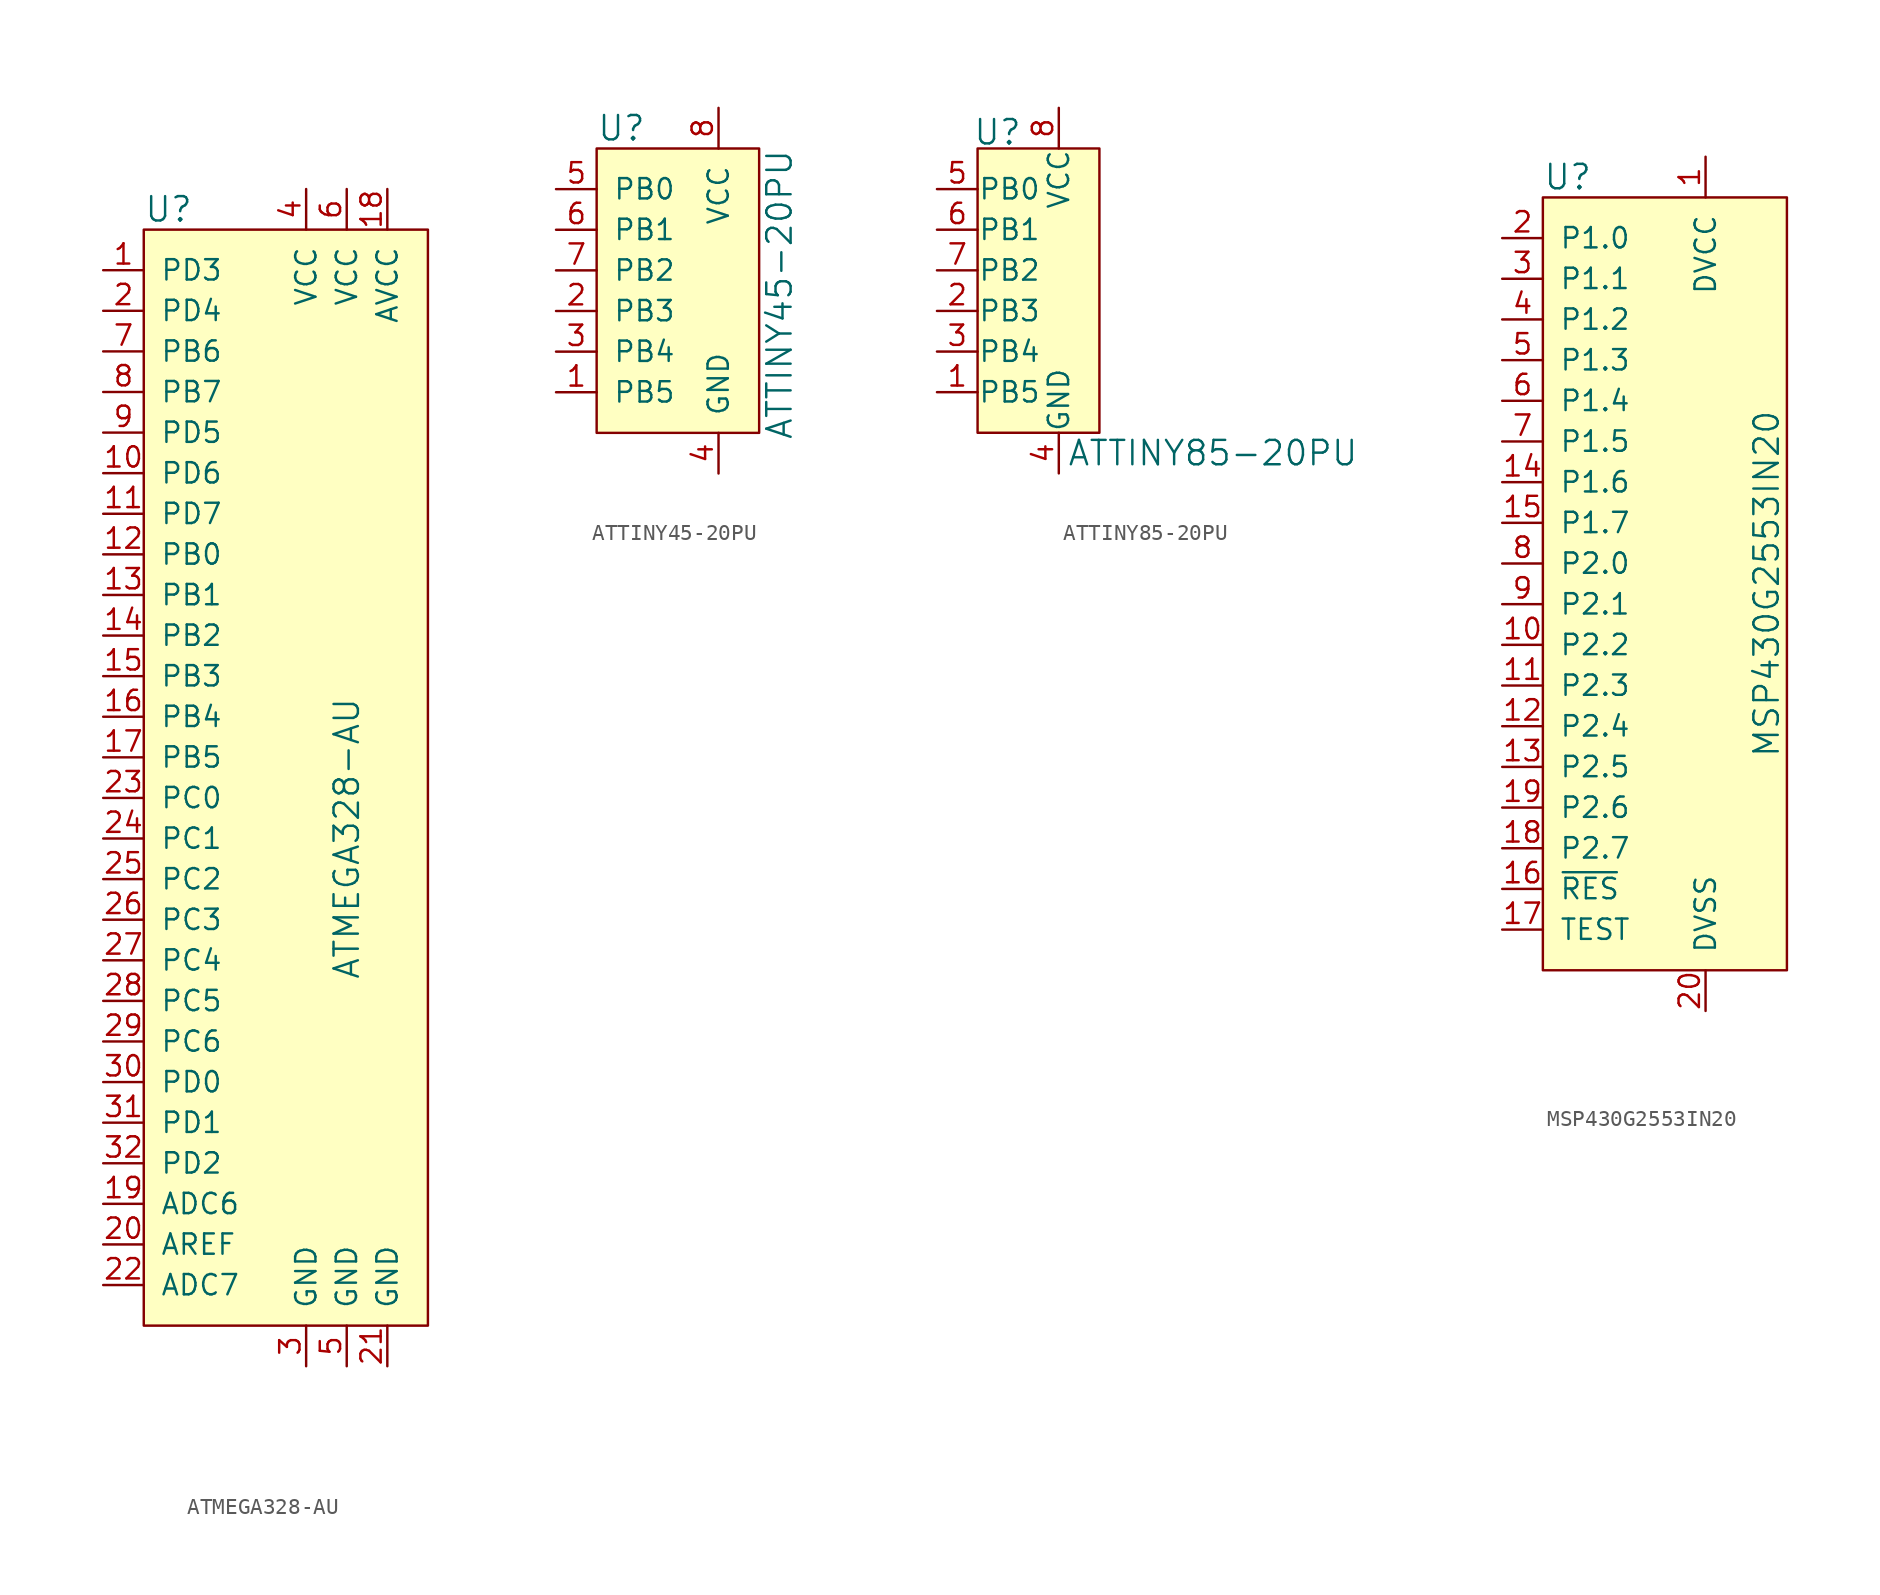
<source format=kicad_sym>
(kicad_symbol_lib
  (version 20220914)
  (generator kicad_symbol_editor)
  (symbol "ATMEGA328-AU"
    (pin_names
      (offset 1.016))
    (property "Reference" "U"
      (at -10.16 13.97 0)
      (effects (font (size 1.524 1.524)) (justify left)))
    (property "Value" "ATMEGA328-AU"
      (at 2.54 -25.4 90)
      (effects (font (size 1.524 1.524))))
    (symbol "ATMEGA328-AU_0_1"
      (rectangle (start -10.16 12.7) (end 7.62 -55.88) (stroke (width 0) (type solid)) (fill (type background))))
    (symbol "ATMEGA328-AU_1_1"
      (pin bidirectional line (at -12.7 10.16 0) (length 2.54) (name "PD3" (effects (font (size 1.27 1.27)))) (number "1" (effects (font (size 1.27 1.27)))))
      (pin bidirectional line (at -12.7 -2.54 0) (length 2.54) (name "PD6" (effects (font (size 1.27 1.27)))) (number "10" (effects (font (size 1.27 1.27)))))
      (pin bidirectional line (at -12.7 -5.08 0) (length 2.54) (name "PD7" (effects (font (size 1.27 1.27)))) (number "11" (effects (font (size 1.27 1.27)))))
      (pin bidirectional line (at -12.7 -7.62 0) (length 2.54) (name "PB0" (effects (font (size 1.27 1.27)))) (number "12" (effects (font (size 1.27 1.27)))))
      (pin bidirectional line (at -12.7 -10.16 0) (length 2.54) (name "PB1" (effects (font (size 1.27 1.27)))) (number "13" (effects (font (size 1.27 1.27)))))
      (pin bidirectional line (at -12.7 -12.7 0) (length 2.54) (name "PB2" (effects (font (size 1.27 1.27)))) (number "14" (effects (font (size 1.27 1.27)))))
      (pin bidirectional line (at -12.7 -15.24 0) (length 2.54) (name "PB3" (effects (font (size 1.27 1.27)))) (number "15" (effects (font (size 1.27 1.27)))))
      (pin bidirectional line (at -12.7 -17.78 0) (length 2.54) (name "PB4" (effects (font (size 1.27 1.27)))) (number "16" (effects (font (size 1.27 1.27)))))
      (pin bidirectional line (at -12.7 -20.32 0) (length 2.54) (name "PB5" (effects (font (size 1.27 1.27)))) (number "17" (effects (font (size 1.27 1.27)))))
      (pin power_in line (at 5.08 15.24 270) (length 2.54) (name "AVCC" (effects (font (size 1.27 1.27)))) (number "18" (effects (font (size 1.27 1.27)))))
      (pin bidirectional line (at -12.7 -48.26 0) (length 2.54) (name "ADC6" (effects (font (size 1.27 1.27)))) (number "19" (effects (font (size 1.27 1.27)))))
      (pin bidirectional line (at -12.7 7.62 0) (length 2.54) (name "PD4" (effects (font (size 1.27 1.27)))) (number "2" (effects (font (size 1.27 1.27)))))
      (pin input line (at -12.7 -50.8 0) (length 2.54) (name "AREF" (effects (font (size 1.27 1.27)))) (number "20" (effects (font (size 1.27 1.27)))))
      (pin power_in line (at 5.08 -58.42 90) (length 2.54) (name "GND" (effects (font (size 1.27 1.27)))) (number "21" (effects (font (size 1.27 1.27)))))
      (pin bidirectional line (at -12.7 -53.34 0) (length 2.54) (name "ADC7" (effects (font (size 1.27 1.27)))) (number "22" (effects (font (size 1.27 1.27)))))
      (pin bidirectional line (at -12.7 -22.86 0) (length 2.54) (name "PC0" (effects (font (size 1.27 1.27)))) (number "23" (effects (font (size 1.27 1.27)))))
      (pin bidirectional line (at -12.7 -25.4 0) (length 2.54) (name "PC1" (effects (font (size 1.27 1.27)))) (number "24" (effects (font (size 1.27 1.27)))))
      (pin bidirectional line (at -12.7 -27.94 0) (length 2.54) (name "PC2" (effects (font (size 1.27 1.27)))) (number "25" (effects (font (size 1.27 1.27)))))
      (pin input line (at -12.7 -30.48 0) (length 2.54) (name "PC3" (effects (font (size 1.27 1.27)))) (number "26" (effects (font (size 1.27 1.27)))))
      (pin input line (at -12.7 -33.02 0) (length 2.54) (name "PC4" (effects (font (size 1.27 1.27)))) (number "27" (effects (font (size 1.27 1.27)))))
      (pin input line (at -12.7 -35.56 0) (length 2.54) (name "PC5" (effects (font (size 1.27 1.27)))) (number "28" (effects (font (size 1.27 1.27)))))
      (pin input line (at -12.7 -38.1 0) (length 2.54) (name "PC6" (effects (font (size 1.27 1.27)))) (number "29" (effects (font (size 1.27 1.27)))))
      (pin power_in line (at 0 -58.42 90) (length 2.54) (name "GND" (effects (font (size 1.27 1.27)))) (number "3" (effects (font (size 1.27 1.27)))))
      (pin input line (at -12.7 -40.64 0) (length 2.54) (name "PD0" (effects (font (size 1.27 1.27)))) (number "30" (effects (font (size 1.27 1.27)))))
      (pin input line (at -12.7 -43.18 0) (length 2.54) (name "PD1" (effects (font (size 1.27 1.27)))) (number "31" (effects (font (size 1.27 1.27)))))
      (pin input line (at -12.7 -45.72 0) (length 2.54) (name "PD2" (effects (font (size 1.27 1.27)))) (number "32" (effects (font (size 1.27 1.27)))))
      (pin power_in line (at 0 15.24 270) (length 2.54) (name "VCC" (effects (font (size 1.27 1.27)))) (number "4" (effects (font (size 1.27 1.27)))))
      (pin power_in line (at 2.54 -58.42 90) (length 2.54) (name "GND" (effects (font (size 1.27 1.27)))) (number "5" (effects (font (size 1.27 1.27)))))
      (pin power_in line (at 2.54 15.24 270) (length 2.54) (name "VCC" (effects (font (size 1.27 1.27)))) (number "6" (effects (font (size 1.27 1.27)))))
      (pin bidirectional line (at -12.7 5.08 0) (length 2.54) (name "PB6" (effects (font (size 1.27 1.27)))) (number "7" (effects (font (size 1.27 1.27)))))
      (pin bidirectional line (at -12.7 2.54 0) (length 2.54) (name "PB7" (effects (font (size 1.27 1.27)))) (number "8" (effects (font (size 1.27 1.27)))))
      (pin bidirectional line (at -12.7 0 0) (length 2.54) (name "PD5" (effects (font (size 1.27 1.27)))) (number "9" (effects (font (size 1.27 1.27)))))))
  (symbol "ATTINY45-20PU"
    (pin_names
      (offset 1.016))
    (property "Reference" "U"
      (at -5.08 6.35 0)
      (effects (font (size 1.524 1.524)) (justify left)))
    (property "Value" "ATTINY45-20PU"
      (at 6.35 5.08 90)
      (effects (font (size 1.524 1.524)) (justify right)))
    (symbol "ATTINY45-20PU_0_1"
      (rectangle (start -5.08 5.08) (end 5.08 -12.7) (stroke (width 0) (type solid)) (fill (type background))))
    (symbol "ATTINY45-20PU_1_1"
      (pin bidirectional line (at -7.62 -10.16 0) (length 2.54) (name "PB5" (effects (font (size 1.27 1.27)))) (number "1" (effects (font (size 1.27 1.27)))))
      (pin bidirectional line (at -7.62 -5.08 0) (length 2.54) (name "PB3" (effects (font (size 1.27 1.27)))) (number "2" (effects (font (size 1.27 1.27)))))
      (pin bidirectional line (at -7.62 -7.62 0) (length 2.54) (name "PB4" (effects (font (size 1.27 1.27)))) (number "3" (effects (font (size 1.27 1.27)))))
      (pin power_in line (at 2.54 -15.24 90) (length 2.54) (name "GND" (effects (font (size 1.27 1.27)))) (number "4" (effects (font (size 1.27 1.27)))))
      (pin bidirectional line (at -7.62 2.54 0) (length 2.54) (name "PB0" (effects (font (size 1.27 1.27)))) (number "5" (effects (font (size 1.27 1.27)))))
      (pin bidirectional line (at -7.62 0 0) (length 2.54) (name "PB1" (effects (font (size 1.27 1.27)))) (number "6" (effects (font (size 1.27 1.27)))))
      (pin bidirectional line (at -7.62 -2.54 0) (length 2.54) (name "PB2" (effects (font (size 1.27 1.27)))) (number "7" (effects (font (size 1.27 1.27)))))
      (pin power_in line (at 2.54 7.62 270) (length 2.54) (name "VCC" (effects (font (size 1.27 1.27)))) (number "8" (effects (font (size 1.27 1.27)))))))
  (symbol "ATTINY85-20PU"
    (pin_names
      (offset 0.025))
    (property "Reference" "U"
      (at -2.845 8.636 0)
      (effects (font (size 1.524 1.524)) (justify left)))
    (property "Value" "ATTINY85-20PU"
      (at 3.048 -11.43 0)
      (effects (font (size 1.524 1.524)) (justify left)))
    (symbol "ATTINY85-20PU_0_1"
      (rectangle (start -2.54 7.62) (end 5.08 -10.16) (stroke (width 0) (type solid)) (fill (type background))))
    (symbol "ATTINY85-20PU_1_1"
      (pin bidirectional line (at -5.08 -7.62 0) (length 2.54) (name "PB5" (effects (font (size 1.27 1.27)))) (number "1" (effects (font (size 1.27 1.27)))))
      (pin bidirectional line (at -5.08 -2.54 0) (length 2.54) (name "PB3" (effects (font (size 1.27 1.27)))) (number "2" (effects (font (size 1.27 1.27)))))
      (pin bidirectional line (at -5.08 -5.08 0) (length 2.54) (name "PB4" (effects (font (size 1.27 1.27)))) (number "3" (effects (font (size 1.27 1.27)))))
      (pin power_in line (at 2.54 -12.7 90) (length 2.54) (name "GND" (effects (font (size 1.27 1.27)))) (number "4" (effects (font (size 1.27 1.27)))))
      (pin bidirectional line (at -5.08 5.08 0) (length 2.54) (name "PB0" (effects (font (size 1.27 1.27)))) (number "5" (effects (font (size 1.27 1.27)))))
      (pin bidirectional line (at -5.08 2.54 0) (length 2.54) (name "PB1" (effects (font (size 1.27 1.27)))) (number "6" (effects (font (size 1.27 1.27)))))
      (pin bidirectional line (at -5.08 0 0) (length 2.54) (name "PB2" (effects (font (size 1.27 1.27)))) (number "7" (effects (font (size 1.27 1.27)))))
      (pin power_in line (at 2.54 10.16 270) (length 2.54) (name "VCC" (effects (font (size 1.27 1.27)))) (number "8" (effects (font (size 1.27 1.27)))))))
  (symbol "MSP430G2553IN20"
    (pin_names
      (offset 1.016))
    (property "Reference" "U"
      (at -7.62 24.13 0)
      (effects (font (size 1.524 1.524)) (justify left)))
    (property "Value" "MSP430G2553IN20"
      (at 6.35 -1.27 90)
      (effects (font (size 1.524 1.524))))
    (symbol "MSP430G2553IN20_0_1"
      (rectangle (start -7.62 22.86) (end 7.62 -25.4) (stroke (width 0) (type solid)) (fill (type background))))
    (symbol "MSP430G2553IN20_1_1"
      (pin power_in line (at 2.54 25.4 270) (length 2.54) (name "DVCC" (effects (font (size 1.27 1.27)))) (number "1" (effects (font (size 1.27 1.27)))))
      (pin bidirectional line (at -10.16 -5.08 0) (length 2.54) (name "P2.2" (effects (font (size 1.27 1.27)))) (number "10" (effects (font (size 1.27 1.27)))))
      (pin bidirectional line (at -10.16 -7.62 0) (length 2.54) (name "P2.3" (effects (font (size 1.27 1.27)))) (number "11" (effects (font (size 1.27 1.27)))))
      (pin bidirectional line (at -10.16 -10.16 0) (length 2.54) (name "P2.4" (effects (font (size 1.27 1.27)))) (number "12" (effects (font (size 1.27 1.27)))))
      (pin bidirectional line (at -10.16 -12.7 0) (length 2.54) (name "P2.5" (effects (font (size 1.27 1.27)))) (number "13" (effects (font (size 1.27 1.27)))))
      (pin bidirectional line (at -10.16 5.08 0) (length 2.54) (name "P1.6" (effects (font (size 1.27 1.27)))) (number "14" (effects (font (size 1.27 1.27)))))
      (pin bidirectional line (at -10.16 2.54 0) (length 2.54) (name "P1.7" (effects (font (size 1.27 1.27)))) (number "15" (effects (font (size 1.27 1.27)))))
      (pin input line (at -10.16 -20.32 0) (length 2.54) (name "~{RES}" (effects (font (size 1.27 1.27)))) (number "16" (effects (font (size 1.27 1.27)))))
      (pin input line (at -10.16 -22.86 0) (length 2.54) (name "TEST" (effects (font (size 1.27 1.27)))) (number "17" (effects (font (size 1.27 1.27)))))
      (pin bidirectional line (at -10.16 -17.78 0) (length 2.54) (name "P2.7" (effects (font (size 1.27 1.27)))) (number "18" (effects (font (size 1.27 1.27)))))
      (pin bidirectional line (at -10.16 -15.24 0) (length 2.54) (name "P2.6" (effects (font (size 1.27 1.27)))) (number "19" (effects (font (size 1.27 1.27)))))
      (pin bidirectional line (at -10.16 20.32 0) (length 2.54) (name "P1.0" (effects (font (size 1.27 1.27)))) (number "2" (effects (font (size 1.27 1.27)))))
      (pin power_in line (at 2.54 -27.94 90) (length 2.54) (name "DVSS" (effects (font (size 1.27 1.27)))) (number "20" (effects (font (size 1.27 1.27)))))
      (pin bidirectional line (at -10.16 17.78 0) (length 2.54) (name "P1.1" (effects (font (size 1.27 1.27)))) (number "3" (effects (font (size 1.27 1.27)))))
      (pin bidirectional line (at -10.16 15.24 0) (length 2.54) (name "P1.2" (effects (font (size 1.27 1.27)))) (number "4" (effects (font (size 1.27 1.27)))))
      (pin bidirectional line (at -10.16 12.7 0) (length 2.54) (name "P1.3" (effects (font (size 1.27 1.27)))) (number "5" (effects (font (size 1.27 1.27)))))
      (pin bidirectional line (at -10.16 10.16 0) (length 2.54) (name "P1.4" (effects (font (size 1.27 1.27)))) (number "6" (effects (font (size 1.27 1.27)))))
      (pin bidirectional line (at -10.16 7.62 0) (length 2.54) (name "P1.5" (effects (font (size 1.27 1.27)))) (number "7" (effects (font (size 1.27 1.27)))))
      (pin bidirectional line (at -10.16 0 0) (length 2.54) (name "P2.0" (effects (font (size 1.27 1.27)))) (number "8" (effects (font (size 1.27 1.27)))))
      (pin bidirectional line (at -10.16 -2.54 0) (length 2.54) (name "P2.1" (effects (font (size 1.27 1.27)))) (number "9" (effects (font (size 1.27 1.27))))))))
</source>
